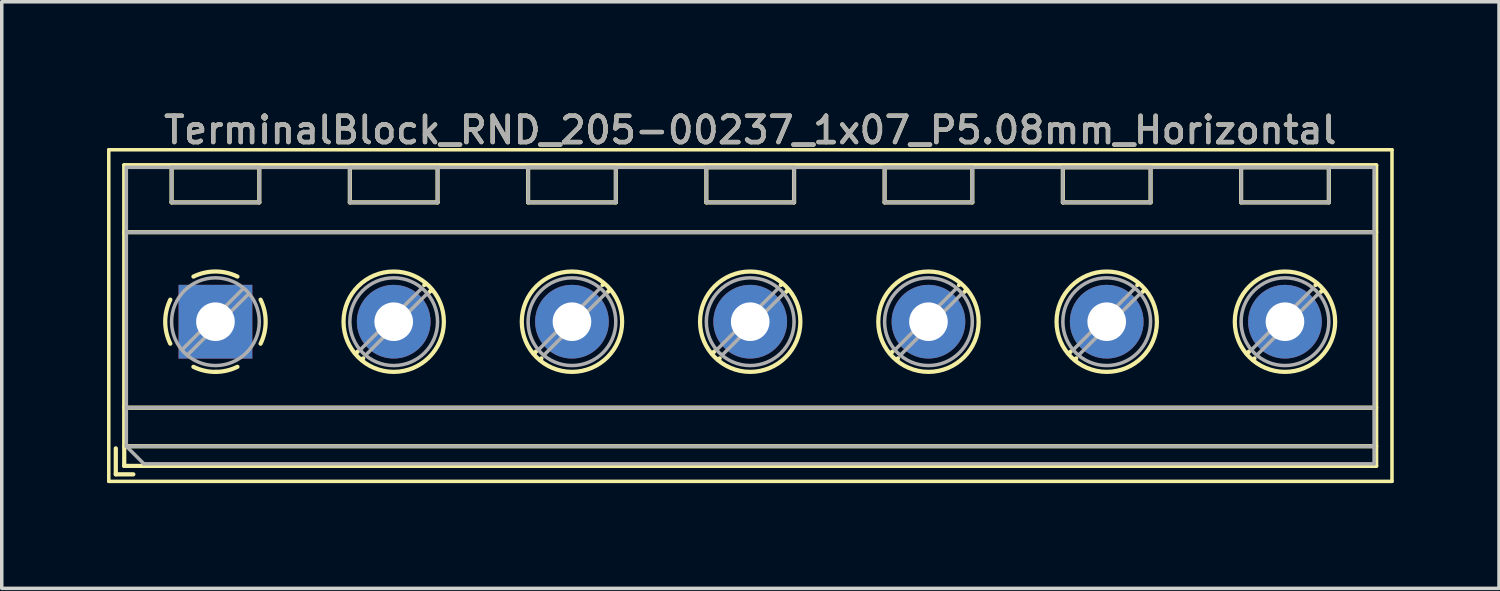
<source format=kicad_pcb>
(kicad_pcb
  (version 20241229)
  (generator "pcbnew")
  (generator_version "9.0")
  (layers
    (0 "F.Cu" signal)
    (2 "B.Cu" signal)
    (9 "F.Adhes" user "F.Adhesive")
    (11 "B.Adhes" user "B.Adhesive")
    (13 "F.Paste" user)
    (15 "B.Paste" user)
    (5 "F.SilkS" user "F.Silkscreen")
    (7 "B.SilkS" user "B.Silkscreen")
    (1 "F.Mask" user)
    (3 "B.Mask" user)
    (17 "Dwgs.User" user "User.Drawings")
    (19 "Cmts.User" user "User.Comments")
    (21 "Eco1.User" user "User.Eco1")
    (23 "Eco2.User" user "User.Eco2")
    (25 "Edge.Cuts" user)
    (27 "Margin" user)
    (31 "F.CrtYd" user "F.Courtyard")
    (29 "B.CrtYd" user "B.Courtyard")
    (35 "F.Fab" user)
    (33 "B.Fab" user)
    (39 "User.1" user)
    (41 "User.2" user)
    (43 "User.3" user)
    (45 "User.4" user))
  (footprint "TerminalBlock_RND_205-00237_1x07_P5.08mm_Horizontal"
    (layer "F.Cu")
    (at 3.09 6.118)
    (property "Reference" "TerminalBlock_RND_205-00237_1x07_P5.08mm_Horizontal" (at 15.24 -5.46 0) (layer "F.SilkS") (effects (font (size 0.75 0.75) (thickness 0.125))))
    (attr through_hole)
    (fp_line (start -3.04 -4.9) (end -3.04 4.55) (stroke (width 0.1) (type solid)) (layer "F.SilkS"))
    (fp_line (start -3.04 4.55) (end 33.53 4.55) (stroke (width 0.1) (type solid)) (layer "F.SilkS"))
    (fp_line (start -2.84 3.61) (end -2.84 4.35) (stroke (width 0.12) (type solid)) (layer "F.SilkS"))
    (fp_line (start -2.84 4.35) (end -2.34 4.35) (stroke (width 0.12) (type solid)) (layer "F.SilkS"))
    (fp_line (start -2.6 -4.46) (end -2.6 4.11) (stroke (width 0.12) (type solid)) (layer "F.SilkS"))
    (fp_line (start -2.6 -4.46) (end 33.08 -4.46) (stroke (width 0.12) (type solid)) (layer "F.SilkS"))
    (fp_line (start -2.6 -2.55) (end 33.08 -2.55) (stroke (width 0.12) (type solid)) (layer "F.SilkS"))
    (fp_line (start -2.6 2.45) (end 33.08 2.45) (stroke (width 0.12) (type solid)) (layer "F.SilkS"))
    (fp_line (start -2.6 3.55) (end 33.08 3.55) (stroke (width 0.12) (type solid)) (layer "F.SilkS"))
    (fp_line (start -2.6 4.11) (end 33.08 4.11) (stroke (width 0.12) (type solid)) (layer "F.SilkS"))
    (fp_line (start -1.25 -4.4) (end -1.25 -3.4) (stroke (width 0.12) (type solid)) (layer "F.SilkS"))
    (fp_line (start -1.25 -4.4) (end 1.25 -4.4) (stroke (width 0.12) (type solid)) (layer "F.SilkS"))
    (fp_line (start -1.25 -3.4) (end 1.25 -3.4) (stroke (width 0.12) (type solid)) (layer "F.SilkS"))
    (fp_line (start 1.25 -4.4) (end 1.25 -3.4) (stroke (width 0.12) (type solid)) (layer "F.SilkS"))
    (fp_line (start 3.83 -4.4) (end 3.83 -3.4) (stroke (width 0.12) (type solid)) (layer "F.SilkS"))
    (fp_line (start 3.83 -4.4) (end 6.33 -4.4) (stroke (width 0.12) (type solid)) (layer "F.SilkS"))
    (fp_line (start 3.83 -3.4) (end 6.33 -3.4) (stroke (width 0.12) (type solid)) (layer "F.SilkS"))
    (fp_line (start 4.056 0.85) (end 3.996 0.91) (stroke (width 0.12) (type solid)) (layer "F.SilkS"))
    (fp_line (start 4.21 1.045) (end 4.17 1.085) (stroke (width 0.12) (type solid)) (layer "F.SilkS"))
    (fp_line (start 5.991 -1.085) (end 5.951 -1.045) (stroke (width 0.12) (type solid)) (layer "F.SilkS"))
    (fp_line (start 6.165 -0.91) (end 6.105 -0.851) (stroke (width 0.12) (type solid)) (layer "F.SilkS"))
    (fp_line (start 6.33 -4.4) (end 6.33 -3.4) (stroke (width 0.12) (type solid)) (layer "F.SilkS"))
    (fp_line (start 8.91 -4.4) (end 8.91 -3.4) (stroke (width 0.12) (type solid)) (layer "F.SilkS"))
    (fp_line (start 8.91 -4.4) (end 11.41 -4.4) (stroke (width 0.12) (type solid)) (layer "F.SilkS"))
    (fp_line (start 8.91 -3.4) (end 11.41 -3.4) (stroke (width 0.12) (type solid)) (layer "F.SilkS"))
    (fp_line (start 9.136 0.85) (end 9.076 0.91) (stroke (width 0.12) (type solid)) (layer "F.SilkS"))
    (fp_line (start 9.29 1.045) (end 9.25 1.085) (stroke (width 0.12) (type solid)) (layer "F.SilkS"))
    (fp_line (start 11.071 -1.085) (end 11.031 -1.045) (stroke (width 0.12) (type solid)) (layer "F.SilkS"))
    (fp_line (start 11.245 -0.91) (end 11.185 -0.851) (stroke (width 0.12) (type solid)) (layer "F.SilkS"))
    (fp_line (start 11.41 -4.4) (end 11.41 -3.4) (stroke (width 0.12) (type solid)) (layer "F.SilkS"))
    (fp_line (start 13.99 -4.4) (end 13.99 -3.4) (stroke (width 0.12) (type solid)) (layer "F.SilkS"))
    (fp_line (start 13.99 -4.4) (end 16.49 -4.4) (stroke (width 0.12) (type solid)) (layer "F.SilkS"))
    (fp_line (start 13.99 -3.4) (end 16.49 -3.4) (stroke (width 0.12) (type solid)) (layer "F.SilkS"))
    (fp_line (start 14.216 0.85) (end 14.156 0.91) (stroke (width 0.12) (type solid)) (layer "F.SilkS"))
    (fp_line (start 14.37 1.045) (end 14.33 1.085) (stroke (width 0.12) (type solid)) (layer "F.SilkS"))
    (fp_line (start 16.151 -1.085) (end 16.111 -1.045) (stroke (width 0.12) (type solid)) (layer "F.SilkS"))
    (fp_line (start 16.325 -0.91) (end 16.265 -0.851) (stroke (width 0.12) (type solid)) (layer "F.SilkS"))
    (fp_line (start 16.49 -4.4) (end 16.49 -3.4) (stroke (width 0.12) (type solid)) (layer "F.SilkS"))
    (fp_line (start 19.07 -4.4) (end 19.07 -3.4) (stroke (width 0.12) (type solid)) (layer "F.SilkS"))
    (fp_line (start 19.07 -4.4) (end 21.57 -4.4) (stroke (width 0.12) (type solid)) (layer "F.SilkS"))
    (fp_line (start 19.07 -3.4) (end 21.57 -3.4) (stroke (width 0.12) (type solid)) (layer "F.SilkS"))
    (fp_line (start 19.296 0.85) (end 19.236 0.91) (stroke (width 0.12) (type solid)) (layer "F.SilkS"))
    (fp_line (start 19.45 1.045) (end 19.41 1.085) (stroke (width 0.12) (type solid)) (layer "F.SilkS"))
    (fp_line (start 21.231 -1.085) (end 21.191 -1.045) (stroke (width 0.12) (type solid)) (layer "F.SilkS"))
    (fp_line (start 21.405 -0.91) (end 21.345 -0.851) (stroke (width 0.12) (type solid)) (layer "F.SilkS"))
    (fp_line (start 21.57 -4.4) (end 21.57 -3.4) (stroke (width 0.12) (type solid)) (layer "F.SilkS"))
    (fp_line (start 24.15 -4.4) (end 24.15 -3.4) (stroke (width 0.12) (type solid)) (layer "F.SilkS"))
    (fp_line (start 24.15 -4.4) (end 26.65 -4.4) (stroke (width 0.12) (type solid)) (layer "F.SilkS"))
    (fp_line (start 24.15 -3.4) (end 26.65 -3.4) (stroke (width 0.12) (type solid)) (layer "F.SilkS"))
    (fp_line (start 24.376 0.85) (end 24.316 0.91) (stroke (width 0.12) (type solid)) (layer "F.SilkS"))
    (fp_line (start 24.53 1.045) (end 24.49 1.085) (stroke (width 0.12) (type solid)) (layer "F.SilkS"))
    (fp_line (start 26.311 -1.085) (end 26.271 -1.045) (stroke (width 0.12) (type solid)) (layer "F.SilkS"))
    (fp_line (start 26.485 -0.91) (end 26.425 -0.851) (stroke (width 0.12) (type solid)) (layer "F.SilkS"))
    (fp_line (start 26.65 -4.4) (end 26.65 -3.4) (stroke (width 0.12) (type solid)) (layer "F.SilkS"))
    (fp_line (start 29.23 -4.4) (end 29.23 -3.4) (stroke (width 0.12) (type solid)) (layer "F.SilkS"))
    (fp_line (start 29.23 -4.4) (end 31.73 -4.4) (stroke (width 0.12) (type solid)) (layer "F.SilkS"))
    (fp_line (start 29.23 -3.4) (end 31.73 -3.4) (stroke (width 0.12) (type solid)) (layer "F.SilkS"))
    (fp_line (start 29.456 0.85) (end 29.396 0.91) (stroke (width 0.12) (type solid)) (layer "F.SilkS"))
    (fp_line (start 29.61 1.045) (end 29.57 1.085) (stroke (width 0.12) (type solid)) (layer "F.SilkS"))
    (fp_line (start 31.391 -1.085) (end 31.351 -1.045) (stroke (width 0.12) (type solid)) (layer "F.SilkS"))
    (fp_line (start 31.565 -0.91) (end 31.505 -0.851) (stroke (width 0.12) (type solid)) (layer "F.SilkS"))
    (fp_line (start 31.73 -4.4) (end 31.73 -3.4) (stroke (width 0.12) (type solid)) (layer "F.SilkS"))
    (fp_line (start 33.08 -4.46) (end 33.08 4.11) (stroke (width 0.12) (type solid)) (layer "F.SilkS"))
    (fp_line (start 33.53 -4.9) (end -3.04 -4.9) (stroke (width 0.1) (type solid)) (layer "F.SilkS"))
    (fp_line (start 33.53 4.55) (end 33.53 -4.9) (stroke (width 0.1) (type solid)) (layer "F.SilkS"))
    (fp_arc (start -1.286611 0.626746) (mid -1.431146 -0.000697) (end -1.286 -0.628) (stroke (width 0.12) (type solid)) (layer "F.SilkS"))
    (fp_arc (start -0.627362 -1.285823) (mid -0.000201 -1.430707) (end 0.627 -1.286) (stroke (width 0.12) (type solid)) (layer "F.SilkS"))
    (fp_arc (start 0.02428 1.43094) (mid -0.310437 1.397071) (end -0.628 1.286) (stroke (width 0.12) (type solid)) (layer "F.SilkS"))
    (fp_arc (start 0.626871 1.285275) (mid 0.32168 1.393349) (end 0 1.43) (stroke (width 0.12) (type solid)) (layer "F.SilkS"))
    (fp_arc (start 1.285823 -0.627362) (mid 1.430707 -0.000201) (end 1.286 0.627) (stroke (width 0.12) (type solid)) (layer "F.SilkS"))
    (fp_circle (center 5.08 0) (end 6.51 0) (stroke (width 0.12) (type solid)) (fill no) (layer "F.SilkS"))
    (fp_circle (center 10.16 0) (end 11.59 0) (stroke (width 0.12) (type solid)) (fill no) (layer "F.SilkS"))
    (fp_circle (center 15.24 0) (end 16.67 0) (stroke (width 0.12) (type solid)) (fill no) (layer "F.SilkS"))
    (fp_circle (center 20.32 0) (end 21.75 0) (stroke (width 0.12) (type solid)) (fill no) (layer "F.SilkS"))
    (fp_circle (center 25.4 0) (end 26.83 0) (stroke (width 0.12) (type solid)) (fill no) (layer "F.SilkS"))
    (fp_circle (center 30.48 0) (end 31.91 0) (stroke (width 0.12) (type solid)) (fill no) (layer "F.SilkS"))
    (fp_line (start -2.54 -4.4) (end 33.02 -4.4) (stroke (width 0.1) (type solid)) (layer "F.Fab"))
    (fp_line (start -2.54 -2.55) (end 33.02 -2.55) (stroke (width 0.1) (type solid)) (layer "F.Fab"))
    (fp_line (start -2.54 2.45) (end 33.02 2.45) (stroke (width 0.1) (type solid)) (layer "F.Fab"))
    (fp_line (start -2.54 3.55) (end -2.54 -4.4) (stroke (width 0.1) (type solid)) (layer "F.Fab"))
    (fp_line (start -2.54 3.55) (end 33.02 3.55) (stroke (width 0.1) (type solid)) (layer "F.Fab"))
    (fp_line (start -2.04 4.05) (end -2.54 3.55) (stroke (width 0.1) (type solid)) (layer "F.Fab"))
    (fp_line (start -1.25 -4.4) (end -1.25 -3.4) (stroke (width 0.1) (type solid)) (layer "F.Fab"))
    (fp_line (start -1.25 -3.4) (end 1.25 -3.4) (stroke (width 0.1) (type solid)) (layer "F.Fab"))
    (fp_line (start 0.796 -0.948) (end -0.949 0.796) (stroke (width 0.1) (type solid)) (layer "F.Fab"))
    (fp_line (start 0.949 -0.796) (end -0.796 0.948) (stroke (width 0.1) (type solid)) (layer "F.Fab"))
    (fp_line (start 1.25 -4.4) (end -1.25 -4.4) (stroke (width 0.1) (type solid)) (layer "F.Fab"))
    (fp_line (start 1.25 -3.4) (end 1.25 -4.4) (stroke (width 0.1) (type solid)) (layer "F.Fab"))
    (fp_line (start 3.83 -4.4) (end 3.83 -3.4) (stroke (width 0.1) (type solid)) (layer "F.Fab"))
    (fp_line (start 3.83 -3.4) (end 6.33 -3.4) (stroke (width 0.1) (type solid)) (layer "F.Fab"))
    (fp_line (start 5.876 -0.948) (end 4.132 0.796) (stroke (width 0.1) (type solid)) (layer "F.Fab"))
    (fp_line (start 6.029 -0.796) (end 4.285 0.948) (stroke (width 0.1) (type solid)) (layer "F.Fab"))
    (fp_line (start 6.33 -4.4) (end 3.83 -4.4) (stroke (width 0.1) (type solid)) (layer "F.Fab"))
    (fp_line (start 6.33 -3.4) (end 6.33 -4.4) (stroke (width 0.1) (type solid)) (layer "F.Fab"))
    (fp_line (start 8.91 -4.4) (end 8.91 -3.4) (stroke (width 0.1) (type solid)) (layer "F.Fab"))
    (fp_line (start 8.91 -3.4) (end 11.41 -3.4) (stroke (width 0.1) (type solid)) (layer "F.Fab"))
    (fp_line (start 10.956 -0.948) (end 9.212 0.796) (stroke (width 0.1) (type solid)) (layer "F.Fab"))
    (fp_line (start 11.109 -0.796) (end 9.365 0.948) (stroke (width 0.1) (type solid)) (layer "F.Fab"))
    (fp_line (start 11.41 -4.4) (end 8.91 -4.4) (stroke (width 0.1) (type solid)) (layer "F.Fab"))
    (fp_line (start 11.41 -3.4) (end 11.41 -4.4) (stroke (width 0.1) (type solid)) (layer "F.Fab"))
    (fp_line (start 13.99 -4.4) (end 13.99 -3.4) (stroke (width 0.1) (type solid)) (layer "F.Fab"))
    (fp_line (start 13.99 -3.4) (end 16.49 -3.4) (stroke (width 0.1) (type solid)) (layer "F.Fab"))
    (fp_line (start 16.036 -0.948) (end 14.292 0.796) (stroke (width 0.1) (type solid)) (layer "F.Fab"))
    (fp_line (start 16.189 -0.796) (end 14.445 0.948) (stroke (width 0.1) (type solid)) (layer "F.Fab"))
    (fp_line (start 16.49 -4.4) (end 13.99 -4.4) (stroke (width 0.1) (type solid)) (layer "F.Fab"))
    (fp_line (start 16.49 -3.4) (end 16.49 -4.4) (stroke (width 0.1) (type solid)) (layer "F.Fab"))
    (fp_line (start 19.07 -4.4) (end 19.07 -3.4) (stroke (width 0.1) (type solid)) (layer "F.Fab"))
    (fp_line (start 19.07 -3.4) (end 21.57 -3.4) (stroke (width 0.1) (type solid)) (layer "F.Fab"))
    (fp_line (start 21.116 -0.948) (end 19.372 0.796) (stroke (width 0.1) (type solid)) (layer "F.Fab"))
    (fp_line (start 21.269 -0.796) (end 19.525 0.948) (stroke (width 0.1) (type solid)) (layer "F.Fab"))
    (fp_line (start 21.57 -4.4) (end 19.07 -4.4) (stroke (width 0.1) (type solid)) (layer "F.Fab"))
    (fp_line (start 21.57 -3.4) (end 21.57 -4.4) (stroke (width 0.1) (type solid)) (layer "F.Fab"))
    (fp_line (start 24.15 -4.4) (end 24.15 -3.4) (stroke (width 0.1) (type solid)) (layer "F.Fab"))
    (fp_line (start 24.15 -3.4) (end 26.65 -3.4) (stroke (width 0.1) (type solid)) (layer "F.Fab"))
    (fp_line (start 26.196 -0.948) (end 24.452 0.796) (stroke (width 0.1) (type solid)) (layer "F.Fab"))
    (fp_line (start 26.349 -0.796) (end 24.605 0.948) (stroke (width 0.1) (type solid)) (layer "F.Fab"))
    (fp_line (start 26.65 -4.4) (end 24.15 -4.4) (stroke (width 0.1) (type solid)) (layer "F.Fab"))
    (fp_line (start 26.65 -3.4) (end 26.65 -4.4) (stroke (width 0.1) (type solid)) (layer "F.Fab"))
    (fp_line (start 29.23 -4.4) (end 29.23 -3.4) (stroke (width 0.1) (type solid)) (layer "F.Fab"))
    (fp_line (start 29.23 -3.4) (end 31.73 -3.4) (stroke (width 0.1) (type solid)) (layer "F.Fab"))
    (fp_line (start 31.276 -0.948) (end 29.532 0.796) (stroke (width 0.1) (type solid)) (layer "F.Fab"))
    (fp_line (start 31.429 -0.796) (end 29.685 0.948) (stroke (width 0.1) (type solid)) (layer "F.Fab"))
    (fp_line (start 31.73 -4.4) (end 29.23 -4.4) (stroke (width 0.1) (type solid)) (layer "F.Fab"))
    (fp_line (start 31.73 -3.4) (end 31.73 -4.4) (stroke (width 0.1) (type solid)) (layer "F.Fab"))
    (fp_line (start 33.02 -4.4) (end 33.02 4.05) (stroke (width 0.1) (type solid)) (layer "F.Fab"))
    (fp_line (start 33.02 4.05) (end -2.04 4.05) (stroke (width 0.1) (type solid)) (layer "F.Fab"))
    (fp_circle (center 0 0) (end 1.25 0) (stroke (width 0.1) (type solid)) (fill no) (layer "F.Fab"))
    (fp_circle (center 5.08 0) (end 6.33 0) (stroke (width 0.1) (type solid)) (fill no) (layer "F.Fab"))
    (fp_circle (center 10.16 0) (end 11.41 0) (stroke (width 0.1) (type solid)) (fill no) (layer "F.Fab"))
    (fp_circle (center 15.24 0) (end 16.49 0) (stroke (width 0.1) (type solid)) (fill no) (layer "F.Fab"))
    (fp_circle (center 20.32 0) (end 21.57 0) (stroke (width 0.1) (type solid)) (fill no) (layer "F.Fab"))
    (fp_circle (center 25.4 0) (end 26.65 0) (stroke (width 0.1) (type solid)) (fill no) (layer "F.Fab"))
    (fp_circle (center 30.48 0) (end 31.73 0) (stroke (width 0.1) (type solid)) (fill no) (layer "F.Fab"))
    (fp_text user "${REFERENCE}" (at 15.24 -5.46 0) (layer "F.Fab") (effects (font (size 0.75 0.75) (thickness 0.125))))
    (pad "1" thru_hole rect (at 0 0) (size 2.1 2.1) (drill 1.1) (layers "*.Cu" "*.Mask"))
    (pad "2" thru_hole circle (at 5.08 0) (size 2.1 2.1) (drill 1.1) (layers "*.Cu" "*.Mask"))
    (pad "3" thru_hole circle (at 10.16 0) (size 2.1 2.1) (drill 1.1) (layers "*.Cu" "*.Mask"))
    (pad "4" thru_hole circle (at 15.24 0) (size 2.1 2.1) (drill 1.1) (layers "*.Cu" "*.Mask"))
    (pad "5" thru_hole circle (at 20.32 0) (size 2.1 2.1) (drill 1.1) (layers "*.Cu" "*.Mask"))
    (pad "6" thru_hole circle (at 25.4 0) (size 2.1 2.1) (drill 1.1) (layers "*.Cu" "*.Mask"))
    (pad "7" thru_hole circle (at 30.48 0) (size 2.1 2.1) (drill 1.1) (layers "*.Cu" "*.Mask")))
  (gr_rect
    (start -3 -3)
    (end 39.67 13.718)
    (stroke (width 0.1) (type default))
    (fill no)
    (layer "Edge.Cuts")))
</source>
